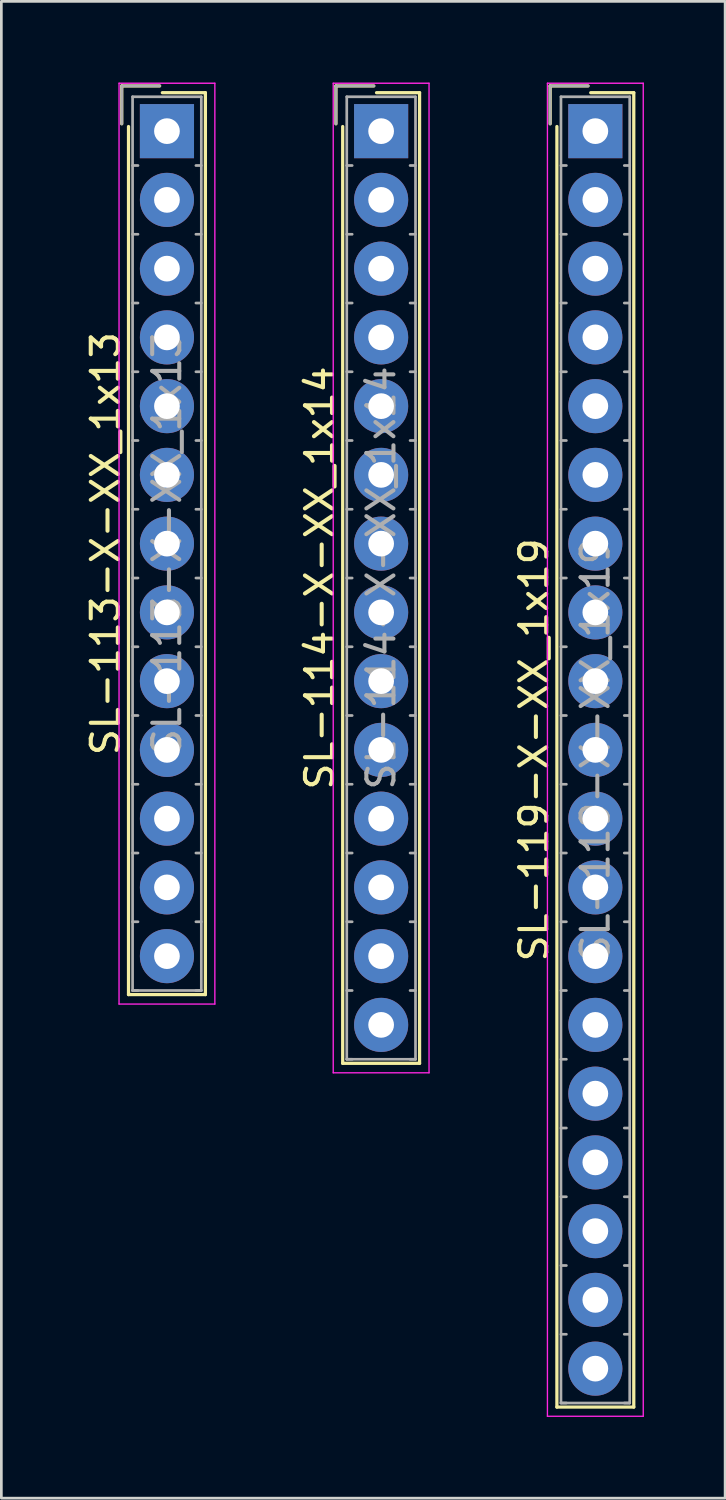
<source format=kicad_pcb>
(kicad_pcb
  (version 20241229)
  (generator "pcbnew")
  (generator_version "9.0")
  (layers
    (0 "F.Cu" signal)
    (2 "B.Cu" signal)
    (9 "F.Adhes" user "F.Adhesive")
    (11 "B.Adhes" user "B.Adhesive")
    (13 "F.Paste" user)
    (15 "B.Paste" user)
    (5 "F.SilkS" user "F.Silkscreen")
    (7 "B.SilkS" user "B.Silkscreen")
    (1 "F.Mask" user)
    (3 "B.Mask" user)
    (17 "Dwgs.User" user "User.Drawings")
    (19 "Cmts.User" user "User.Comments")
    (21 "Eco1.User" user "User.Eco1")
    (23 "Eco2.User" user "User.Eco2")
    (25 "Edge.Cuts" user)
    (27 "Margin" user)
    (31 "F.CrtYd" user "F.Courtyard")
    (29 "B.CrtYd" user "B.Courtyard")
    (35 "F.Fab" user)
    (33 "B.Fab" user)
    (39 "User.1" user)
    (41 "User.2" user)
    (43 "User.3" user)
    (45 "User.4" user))
  (footprint "SL-113-X-XX_1x13"
    (layer "F.Cu")
    (at 3.118 1.795)
    (property "Reference" "SL-113-X-XX_1x13" (at -2.27 15.24 90) (layer "F.SilkS") (effects (font (size 1 1) (thickness 0.15))))
    (attr through_hole)
    (fp_line (start -1.67 -1.67) (end -1.67 -0.27) (stroke (width 0.12) (type solid)) (layer "F.SilkS"))
    (fp_line (start -1.42 31.9) (end -1.42 -0.17) (stroke (width 0.12) (type solid)) (layer "F.SilkS"))
    (fp_line (start -0.27 -1.67) (end -1.67 -1.67) (stroke (width 0.12) (type solid)) (layer "F.SilkS"))
    (fp_line (start -0.17 -1.42) (end 1.42 -1.42) (stroke (width 0.12) (type solid)) (layer "F.SilkS"))
    (fp_line (start 1.42 -1.42) (end 1.42 31.9) (stroke (width 0.12) (type solid)) (layer "F.SilkS"))
    (fp_line (start 1.42 31.9) (end -1.42 31.9) (stroke (width 0.12) (type solid)) (layer "F.SilkS"))
    (fp_line (start -1.77 -1.77) (end -1.77 32.25) (stroke (width 0.05) (type solid)) (layer "F.CrtYd"))
    (fp_line (start -1.77 32.25) (end 1.77 32.25) (stroke (width 0.05) (type solid)) (layer "F.CrtYd"))
    (fp_line (start 1.77 -1.77) (end -1.77 -1.77) (stroke (width 0.05) (type solid)) (layer "F.CrtYd"))
    (fp_line (start 1.77 32.25) (end 1.77 -1.77) (stroke (width 0.05) (type solid)) (layer "F.CrtYd"))
    (fp_line (start -1.67 -1.67) (end -1.67 -0.27) (stroke (width 0.1) (type solid)) (layer "F.Fab"))
    (fp_line (start -1.27 -1.27) (end -1.27 31.75) (stroke (width 0.1) (type solid)) (layer "F.Fab"))
    (fp_line (start -1.27 1.27) (end -1.07 1.27) (stroke (width 0.1) (type solid)) (layer "F.Fab"))
    (fp_line (start -1.27 3.81) (end -1.07 3.81) (stroke (width 0.1) (type solid)) (layer "F.Fab"))
    (fp_line (start -1.27 6.35) (end -1.07 6.35) (stroke (width 0.1) (type solid)) (layer "F.Fab"))
    (fp_line (start -1.27 8.89) (end -1.07 8.89) (stroke (width 0.1) (type solid)) (layer "F.Fab"))
    (fp_line (start -1.27 11.43) (end -1.07 11.43) (stroke (width 0.1) (type solid)) (layer "F.Fab"))
    (fp_line (start -1.27 13.97) (end -1.07 13.97) (stroke (width 0.1) (type solid)) (layer "F.Fab"))
    (fp_line (start -1.27 16.51) (end -1.07 16.51) (stroke (width 0.1) (type solid)) (layer "F.Fab"))
    (fp_line (start -1.27 19.05) (end -1.07 19.05) (stroke (width 0.1) (type solid)) (layer "F.Fab"))
    (fp_line (start -1.27 21.59) (end -1.07 21.59) (stroke (width 0.1) (type solid)) (layer "F.Fab"))
    (fp_line (start -1.27 24.13) (end -1.07 24.13) (stroke (width 0.1) (type solid)) (layer "F.Fab"))
    (fp_line (start -1.27 26.67) (end -1.07 26.67) (stroke (width 0.1) (type solid)) (layer "F.Fab"))
    (fp_line (start -1.27 29.21) (end -1.07 29.21) (stroke (width 0.1) (type solid)) (layer "F.Fab"))
    (fp_line (start -1.27 31.75) (end -1.07 31.75) (stroke (width 0.1) (type solid)) (layer "F.Fab"))
    (fp_line (start -1.27 31.75) (end 1.27 31.75) (stroke (width 0.1) (type solid)) (layer "F.Fab"))
    (fp_line (start -0.27 -1.67) (end -1.67 -1.67) (stroke (width 0.1) (type solid)) (layer "F.Fab"))
    (fp_line (start 1.27 -1.27) (end -1.27 -1.27) (stroke (width 0.1) (type solid)) (layer "F.Fab"))
    (fp_line (start 1.27 1.27) (end 1.07 1.27) (stroke (width 0.1) (type solid)) (layer "F.Fab"))
    (fp_line (start 1.27 3.81) (end 1.07 3.81) (stroke (width 0.1) (type solid)) (layer "F.Fab"))
    (fp_line (start 1.27 6.35) (end 1.07 6.35) (stroke (width 0.1) (type solid)) (layer "F.Fab"))
    (fp_line (start 1.27 8.89) (end 1.07 8.89) (stroke (width 0.1) (type solid)) (layer "F.Fab"))
    (fp_line (start 1.27 11.43) (end 1.07 11.43) (stroke (width 0.1) (type solid)) (layer "F.Fab"))
    (fp_line (start 1.27 13.97) (end 1.07 13.97) (stroke (width 0.1) (type solid)) (layer "F.Fab"))
    (fp_line (start 1.27 16.51) (end 1.07 16.51) (stroke (width 0.1) (type solid)) (layer "F.Fab"))
    (fp_line (start 1.27 19.05) (end 1.07 19.05) (stroke (width 0.1) (type solid)) (layer "F.Fab"))
    (fp_line (start 1.27 21.59) (end 1.07 21.59) (stroke (width 0.1) (type solid)) (layer "F.Fab"))
    (fp_line (start 1.27 24.13) (end 1.07 24.13) (stroke (width 0.1) (type solid)) (layer "F.Fab"))
    (fp_line (start 1.27 26.67) (end 1.07 26.67) (stroke (width 0.1) (type solid)) (layer "F.Fab"))
    (fp_line (start 1.27 29.21) (end 1.07 29.21) (stroke (width 0.1) (type solid)) (layer "F.Fab"))
    (fp_line (start 1.27 31.75) (end 1.07 31.75) (stroke (width 0.1) (type solid)) (layer "F.Fab"))
    (fp_line (start 1.27 31.75) (end 1.27 -1.27) (stroke (width 0.1) (type solid)) (layer "F.Fab"))
    (fp_text user "${REFERENCE}" (at 0 15.24 90) (layer "F.Fab") (effects (font (size 1 1) (thickness 0.15))))
    (pad "1" thru_hole rect (at 0 0) (size 2 2) (drill 0.95) (layers "*.Cu" "*.Mask"))
    (pad "2" thru_hole circle (at 0 2.54) (size 2 2) (drill 0.95) (layers "*.Cu" "*.Mask"))
    (pad "3" thru_hole circle (at 0 5.08) (size 2 2) (drill 0.95) (layers "*.Cu" "*.Mask"))
    (pad "4" thru_hole circle (at 0 7.62) (size 2 2) (drill 0.95) (layers "*.Cu" "*.Mask"))
    (pad "5" thru_hole circle (at 0 10.16) (size 2 2) (drill 0.95) (layers "*.Cu" "*.Mask"))
    (pad "6" thru_hole circle (at 0 12.7) (size 2 2) (drill 0.95) (layers "*.Cu" "*.Mask"))
    (pad "7" thru_hole circle (at 0 15.24) (size 2 2) (drill 0.95) (layers "*.Cu" "*.Mask"))
    (pad "8" thru_hole circle (at 0 17.78) (size 2 2) (drill 0.95) (layers "*.Cu" "*.Mask"))
    (pad "9" thru_hole circle (at 0 20.32) (size 2 2) (drill 0.95) (layers "*.Cu" "*.Mask"))
    (pad "10" thru_hole circle (at 0 22.86) (size 2 2) (drill 0.95) (layers "*.Cu" "*.Mask"))
    (pad "11" thru_hole circle (at 0 25.4) (size 2 2) (drill 0.95) (layers "*.Cu" "*.Mask"))
    (pad "12" thru_hole circle (at 0 27.94) (size 2 2) (drill 0.95) (layers "*.Cu" "*.Mask"))
    (pad "13" thru_hole circle (at 0 30.48) (size 2 2) (drill 0.95) (layers "*.Cu" "*.Mask")))
  (footprint "SL-114-X-XX_1x14"
    (layer "F.Cu")
    (at 11.031 1.795)
    (property "Reference" "SL-114-X-XX_1x14" (at -2.27 16.51 90) (layer "F.SilkS") (effects (font (size 1 1) (thickness 0.15))))
    (attr through_hole)
    (fp_line (start -1.67 -1.67) (end -1.67 -0.27) (stroke (width 0.12) (type solid)) (layer "F.SilkS"))
    (fp_line (start -1.42 34.44) (end -1.42 -0.17) (stroke (width 0.12) (type solid)) (layer "F.SilkS"))
    (fp_line (start -0.27 -1.67) (end -1.67 -1.67) (stroke (width 0.12) (type solid)) (layer "F.SilkS"))
    (fp_line (start -0.17 -1.42) (end 1.42 -1.42) (stroke (width 0.12) (type solid)) (layer "F.SilkS"))
    (fp_line (start 1.42 -1.42) (end 1.42 34.44) (stroke (width 0.12) (type solid)) (layer "F.SilkS"))
    (fp_line (start 1.42 34.44) (end -1.42 34.44) (stroke (width 0.12) (type solid)) (layer "F.SilkS"))
    (fp_line (start -1.77 -1.77) (end -1.77 34.79) (stroke (width 0.05) (type solid)) (layer "F.CrtYd"))
    (fp_line (start -1.77 34.79) (end 1.77 34.79) (stroke (width 0.05) (type solid)) (layer "F.CrtYd"))
    (fp_line (start 1.77 -1.77) (end -1.77 -1.77) (stroke (width 0.05) (type solid)) (layer "F.CrtYd"))
    (fp_line (start 1.77 34.79) (end 1.77 -1.77) (stroke (width 0.05) (type solid)) (layer "F.CrtYd"))
    (fp_line (start -1.67 -1.67) (end -1.67 -0.27) (stroke (width 0.1) (type solid)) (layer "F.Fab"))
    (fp_line (start -1.27 -1.27) (end -1.27 34.29) (stroke (width 0.1) (type solid)) (layer "F.Fab"))
    (fp_line (start -1.27 1.27) (end -1.07 1.27) (stroke (width 0.1) (type solid)) (layer "F.Fab"))
    (fp_line (start -1.27 3.81) (end -1.07 3.81) (stroke (width 0.1) (type solid)) (layer "F.Fab"))
    (fp_line (start -1.27 6.35) (end -1.07 6.35) (stroke (width 0.1) (type solid)) (layer "F.Fab"))
    (fp_line (start -1.27 8.89) (end -1.07 8.89) (stroke (width 0.1) (type solid)) (layer "F.Fab"))
    (fp_line (start -1.27 11.43) (end -1.07 11.43) (stroke (width 0.1) (type solid)) (layer "F.Fab"))
    (fp_line (start -1.27 13.97) (end -1.07 13.97) (stroke (width 0.1) (type solid)) (layer "F.Fab"))
    (fp_line (start -1.27 16.51) (end -1.07 16.51) (stroke (width 0.1) (type solid)) (layer "F.Fab"))
    (fp_line (start -1.27 19.05) (end -1.07 19.05) (stroke (width 0.1) (type solid)) (layer "F.Fab"))
    (fp_line (start -1.27 21.59) (end -1.07 21.59) (stroke (width 0.1) (type solid)) (layer "F.Fab"))
    (fp_line (start -1.27 24.13) (end -1.07 24.13) (stroke (width 0.1) (type solid)) (layer "F.Fab"))
    (fp_line (start -1.27 26.67) (end -1.07 26.67) (stroke (width 0.1) (type solid)) (layer "F.Fab"))
    (fp_line (start -1.27 29.21) (end -1.07 29.21) (stroke (width 0.1) (type solid)) (layer "F.Fab"))
    (fp_line (start -1.27 31.75) (end -1.07 31.75) (stroke (width 0.1) (type solid)) (layer "F.Fab"))
    (fp_line (start -1.27 34.29) (end -1.07 34.29) (stroke (width 0.1) (type solid)) (layer "F.Fab"))
    (fp_line (start -1.27 34.29) (end 1.27 34.29) (stroke (width 0.1) (type solid)) (layer "F.Fab"))
    (fp_line (start -0.27 -1.67) (end -1.67 -1.67) (stroke (width 0.1) (type solid)) (layer "F.Fab"))
    (fp_line (start 1.27 -1.27) (end -1.27 -1.27) (stroke (width 0.1) (type solid)) (layer "F.Fab"))
    (fp_line (start 1.27 1.27) (end 1.07 1.27) (stroke (width 0.1) (type solid)) (layer "F.Fab"))
    (fp_line (start 1.27 3.81) (end 1.07 3.81) (stroke (width 0.1) (type solid)) (layer "F.Fab"))
    (fp_line (start 1.27 6.35) (end 1.07 6.35) (stroke (width 0.1) (type solid)) (layer "F.Fab"))
    (fp_line (start 1.27 8.89) (end 1.07 8.89) (stroke (width 0.1) (type solid)) (layer "F.Fab"))
    (fp_line (start 1.27 11.43) (end 1.07 11.43) (stroke (width 0.1) (type solid)) (layer "F.Fab"))
    (fp_line (start 1.27 13.97) (end 1.07 13.97) (stroke (width 0.1) (type solid)) (layer "F.Fab"))
    (fp_line (start 1.27 16.51) (end 1.07 16.51) (stroke (width 0.1) (type solid)) (layer "F.Fab"))
    (fp_line (start 1.27 19.05) (end 1.07 19.05) (stroke (width 0.1) (type solid)) (layer "F.Fab"))
    (fp_line (start 1.27 21.59) (end 1.07 21.59) (stroke (width 0.1) (type solid)) (layer "F.Fab"))
    (fp_line (start 1.27 24.13) (end 1.07 24.13) (stroke (width 0.1) (type solid)) (layer "F.Fab"))
    (fp_line (start 1.27 26.67) (end 1.07 26.67) (stroke (width 0.1) (type solid)) (layer "F.Fab"))
    (fp_line (start 1.27 29.21) (end 1.07 29.21) (stroke (width 0.1) (type solid)) (layer "F.Fab"))
    (fp_line (start 1.27 31.75) (end 1.07 31.75) (stroke (width 0.1) (type solid)) (layer "F.Fab"))
    (fp_line (start 1.27 34.29) (end 1.07 34.29) (stroke (width 0.1) (type solid)) (layer "F.Fab"))
    (fp_line (start 1.27 34.29) (end 1.27 -1.27) (stroke (width 0.1) (type solid)) (layer "F.Fab"))
    (fp_text user "${REFERENCE}" (at 0 16.51 90) (layer "F.Fab") (effects (font (size 1 1) (thickness 0.15))))
    (pad "1" thru_hole rect (at 0 0) (size 2 2) (drill 0.95) (layers "*.Cu" "*.Mask"))
    (pad "2" thru_hole circle (at 0 2.54) (size 2 2) (drill 0.95) (layers "*.Cu" "*.Mask"))
    (pad "3" thru_hole circle (at 0 5.08) (size 2 2) (drill 0.95) (layers "*.Cu" "*.Mask"))
    (pad "4" thru_hole circle (at 0 7.62) (size 2 2) (drill 0.95) (layers "*.Cu" "*.Mask"))
    (pad "5" thru_hole circle (at 0 10.16) (size 2 2) (drill 0.95) (layers "*.Cu" "*.Mask"))
    (pad "6" thru_hole circle (at 0 12.7) (size 2 2) (drill 0.95) (layers "*.Cu" "*.Mask"))
    (pad "7" thru_hole circle (at 0 15.24) (size 2 2) (drill 0.95) (layers "*.Cu" "*.Mask"))
    (pad "8" thru_hole circle (at 0 17.78) (size 2 2) (drill 0.95) (layers "*.Cu" "*.Mask"))
    (pad "9" thru_hole circle (at 0 20.32) (size 2 2) (drill 0.95) (layers "*.Cu" "*.Mask"))
    (pad "10" thru_hole circle (at 0 22.86) (size 2 2) (drill 0.95) (layers "*.Cu" "*.Mask"))
    (pad "11" thru_hole circle (at 0 25.4) (size 2 2) (drill 0.95) (layers "*.Cu" "*.Mask"))
    (pad "12" thru_hole circle (at 0 27.94) (size 2 2) (drill 0.95) (layers "*.Cu" "*.Mask"))
    (pad "13" thru_hole circle (at 0 30.48) (size 2 2) (drill 0.95) (layers "*.Cu" "*.Mask"))
    (pad "14" thru_hole circle (at 0 33.02) (size 2 2) (drill 0.95) (layers "*.Cu" "*.Mask")))
  (footprint "SL-119-X-XX_1x19"
    (layer "F.Cu")
    (at 18.945 1.795)
    (property "Reference" "SL-119-X-XX_1x19" (at -2.27 22.86 90) (layer "F.SilkS") (effects (font (size 1 1) (thickness 0.15))))
    (attr through_hole)
    (fp_line (start -1.67 -1.67) (end -1.67 -0.27) (stroke (width 0.12) (type solid)) (layer "F.SilkS"))
    (fp_line (start -1.42 47.14) (end -1.42 -0.17) (stroke (width 0.12) (type solid)) (layer "F.SilkS"))
    (fp_line (start -0.27 -1.67) (end -1.67 -1.67) (stroke (width 0.12) (type solid)) (layer "F.SilkS"))
    (fp_line (start -0.17 -1.42) (end 1.42 -1.42) (stroke (width 0.12) (type solid)) (layer "F.SilkS"))
    (fp_line (start 1.42 -1.42) (end 1.42 47.14) (stroke (width 0.12) (type solid)) (layer "F.SilkS"))
    (fp_line (start 1.42 47.14) (end -1.42 47.14) (stroke (width 0.12) (type solid)) (layer "F.SilkS"))
    (fp_line (start -1.77 -1.77) (end -1.77 47.48) (stroke (width 0.05) (type solid)) (layer "F.CrtYd"))
    (fp_line (start -1.77 47.48) (end 1.77 47.48) (stroke (width 0.05) (type solid)) (layer "F.CrtYd"))
    (fp_line (start 1.77 -1.77) (end -1.77 -1.77) (stroke (width 0.05) (type solid)) (layer "F.CrtYd"))
    (fp_line (start 1.77 47.48) (end 1.77 -1.77) (stroke (width 0.05) (type solid)) (layer "F.CrtYd"))
    (fp_line (start -1.67 -1.67) (end -1.67 -0.27) (stroke (width 0.1) (type solid)) (layer "F.Fab"))
    (fp_line (start -1.27 -1.27) (end -1.27 46.99) (stroke (width 0.1) (type solid)) (layer "F.Fab"))
    (fp_line (start -1.27 1.27) (end -1.07 1.27) (stroke (width 0.1) (type solid)) (layer "F.Fab"))
    (fp_line (start -1.27 3.81) (end -1.07 3.81) (stroke (width 0.1) (type solid)) (layer "F.Fab"))
    (fp_line (start -1.27 6.35) (end -1.07 6.35) (stroke (width 0.1) (type solid)) (layer "F.Fab"))
    (fp_line (start -1.27 8.89) (end -1.07 8.89) (stroke (width 0.1) (type solid)) (layer "F.Fab"))
    (fp_line (start -1.27 11.43) (end -1.07 11.43) (stroke (width 0.1) (type solid)) (layer "F.Fab"))
    (fp_line (start -1.27 13.97) (end -1.07 13.97) (stroke (width 0.1) (type solid)) (layer "F.Fab"))
    (fp_line (start -1.27 16.51) (end -1.07 16.51) (stroke (width 0.1) (type solid)) (layer "F.Fab"))
    (fp_line (start -1.27 19.05) (end -1.07 19.05) (stroke (width 0.1) (type solid)) (layer "F.Fab"))
    (fp_line (start -1.27 21.59) (end -1.07 21.59) (stroke (width 0.1) (type solid)) (layer "F.Fab"))
    (fp_line (start -1.27 24.13) (end -1.07 24.13) (stroke (width 0.1) (type solid)) (layer "F.Fab"))
    (fp_line (start -1.27 26.67) (end -1.07 26.67) (stroke (width 0.1) (type solid)) (layer "F.Fab"))
    (fp_line (start -1.27 29.21) (end -1.07 29.21) (stroke (width 0.1) (type solid)) (layer "F.Fab"))
    (fp_line (start -1.27 31.75) (end -1.07 31.75) (stroke (width 0.1) (type solid)) (layer "F.Fab"))
    (fp_line (start -1.27 34.29) (end -1.07 34.29) (stroke (width 0.1) (type solid)) (layer "F.Fab"))
    (fp_line (start -1.27 36.83) (end -1.07 36.83) (stroke (width 0.1) (type solid)) (layer "F.Fab"))
    (fp_line (start -1.27 39.37) (end -1.07 39.37) (stroke (width 0.1) (type solid)) (layer "F.Fab"))
    (fp_line (start -1.27 41.91) (end -1.07 41.91) (stroke (width 0.1) (type solid)) (layer "F.Fab"))
    (fp_line (start -1.27 44.45) (end -1.07 44.45) (stroke (width 0.1) (type solid)) (layer "F.Fab"))
    (fp_line (start -1.27 46.99) (end -1.07 46.99) (stroke (width 0.1) (type solid)) (layer "F.Fab"))
    (fp_line (start -1.27 46.99) (end 1.27 46.99) (stroke (width 0.1) (type solid)) (layer "F.Fab"))
    (fp_line (start -0.27 -1.67) (end -1.67 -1.67) (stroke (width 0.1) (type solid)) (layer "F.Fab"))
    (fp_line (start 1.27 -1.27) (end -1.27 -1.27) (stroke (width 0.1) (type solid)) (layer "F.Fab"))
    (fp_line (start 1.27 1.27) (end 1.07 1.27) (stroke (width 0.1) (type solid)) (layer "F.Fab"))
    (fp_line (start 1.27 3.81) (end 1.07 3.81) (stroke (width 0.1) (type solid)) (layer "F.Fab"))
    (fp_line (start 1.27 6.35) (end 1.07 6.35) (stroke (width 0.1) (type solid)) (layer "F.Fab"))
    (fp_line (start 1.27 8.89) (end 1.07 8.89) (stroke (width 0.1) (type solid)) (layer "F.Fab"))
    (fp_line (start 1.27 11.43) (end 1.07 11.43) (stroke (width 0.1) (type solid)) (layer "F.Fab"))
    (fp_line (start 1.27 13.97) (end 1.07 13.97) (stroke (width 0.1) (type solid)) (layer "F.Fab"))
    (fp_line (start 1.27 16.51) (end 1.07 16.51) (stroke (width 0.1) (type solid)) (layer "F.Fab"))
    (fp_line (start 1.27 19.05) (end 1.07 19.05) (stroke (width 0.1) (type solid)) (layer "F.Fab"))
    (fp_line (start 1.27 21.59) (end 1.07 21.59) (stroke (width 0.1) (type solid)) (layer "F.Fab"))
    (fp_line (start 1.27 24.13) (end 1.07 24.13) (stroke (width 0.1) (type solid)) (layer "F.Fab"))
    (fp_line (start 1.27 26.67) (end 1.07 26.67) (stroke (width 0.1) (type solid)) (layer "F.Fab"))
    (fp_line (start 1.27 29.21) (end 1.07 29.21) (stroke (width 0.1) (type solid)) (layer "F.Fab"))
    (fp_line (start 1.27 31.75) (end 1.07 31.75) (stroke (width 0.1) (type solid)) (layer "F.Fab"))
    (fp_line (start 1.27 34.29) (end 1.07 34.29) (stroke (width 0.1) (type solid)) (layer "F.Fab"))
    (fp_line (start 1.27 36.83) (end 1.07 36.83) (stroke (width 0.1) (type solid)) (layer "F.Fab"))
    (fp_line (start 1.27 39.37) (end 1.07 39.37) (stroke (width 0.1) (type solid)) (layer "F.Fab"))
    (fp_line (start 1.27 41.91) (end 1.07 41.91) (stroke (width 0.1) (type solid)) (layer "F.Fab"))
    (fp_line (start 1.27 44.45) (end 1.07 44.45) (stroke (width 0.1) (type solid)) (layer "F.Fab"))
    (fp_line (start 1.27 46.99) (end 1.07 46.99) (stroke (width 0.1) (type solid)) (layer "F.Fab"))
    (fp_line (start 1.27 46.99) (end 1.27 -1.27) (stroke (width 0.1) (type solid)) (layer "F.Fab"))
    (fp_text user "${REFERENCE}" (at 0 22.86 90) (layer "F.Fab") (effects (font (size 1 1) (thickness 0.15))))
    (pad "1" thru_hole rect (at 0 0) (size 2 2) (drill 0.95) (layers "*.Cu" "*.Mask"))
    (pad "2" thru_hole circle (at 0 2.54) (size 2 2) (drill 0.95) (layers "*.Cu" "*.Mask"))
    (pad "3" thru_hole circle (at 0 5.08) (size 2 2) (drill 0.95) (layers "*.Cu" "*.Mask"))
    (pad "4" thru_hole circle (at 0 7.62) (size 2 2) (drill 0.95) (layers "*.Cu" "*.Mask"))
    (pad "5" thru_hole circle (at 0 10.16) (size 2 2) (drill 0.95) (layers "*.Cu" "*.Mask"))
    (pad "6" thru_hole circle (at 0 12.7) (size 2 2) (drill 0.95) (layers "*.Cu" "*.Mask"))
    (pad "7" thru_hole circle (at 0 15.24) (size 2 2) (drill 0.95) (layers "*.Cu" "*.Mask"))
    (pad "8" thru_hole circle (at 0 17.78) (size 2 2) (drill 0.95) (layers "*.Cu" "*.Mask"))
    (pad "9" thru_hole circle (at 0 20.32) (size 2 2) (drill 0.95) (layers "*.Cu" "*.Mask"))
    (pad "10" thru_hole circle (at 0 22.86) (size 2 2) (drill 0.95) (layers "*.Cu" "*.Mask"))
    (pad "11" thru_hole circle (at 0 25.4) (size 2 2) (drill 0.95) (layers "*.Cu" "*.Mask"))
    (pad "12" thru_hole circle (at 0 27.94) (size 2 2) (drill 0.95) (layers "*.Cu" "*.Mask"))
    (pad "13" thru_hole circle (at 0 30.48) (size 2 2) (drill 0.95) (layers "*.Cu" "*.Mask"))
    (pad "14" thru_hole circle (at 0 33.02) (size 2 2) (drill 0.95) (layers "*.Cu" "*.Mask"))
    (pad "15" thru_hole circle (at 0 35.56) (size 2 2) (drill 0.95) (layers "*.Cu" "*.Mask"))
    (pad "16" thru_hole circle (at 0 38.1) (size 2 2) (drill 0.95) (layers "*.Cu" "*.Mask"))
    (pad "17" thru_hole circle (at 0 40.64) (size 2 2) (drill 0.95) (layers "*.Cu" "*.Mask"))
    (pad "18" thru_hole circle (at 0 43.18) (size 2 2) (drill 0.95) (layers "*.Cu" "*.Mask"))
    (pad "19" thru_hole circle (at 0 45.72) (size 2 2) (drill 0.95) (layers "*.Cu" "*.Mask")))
  (gr_rect
    (start -3 -3)
    (end 23.74 52.3)
    (stroke (width 0.1) (type default))
    (fill no)
    (layer "Edge.Cuts")))
</source>
